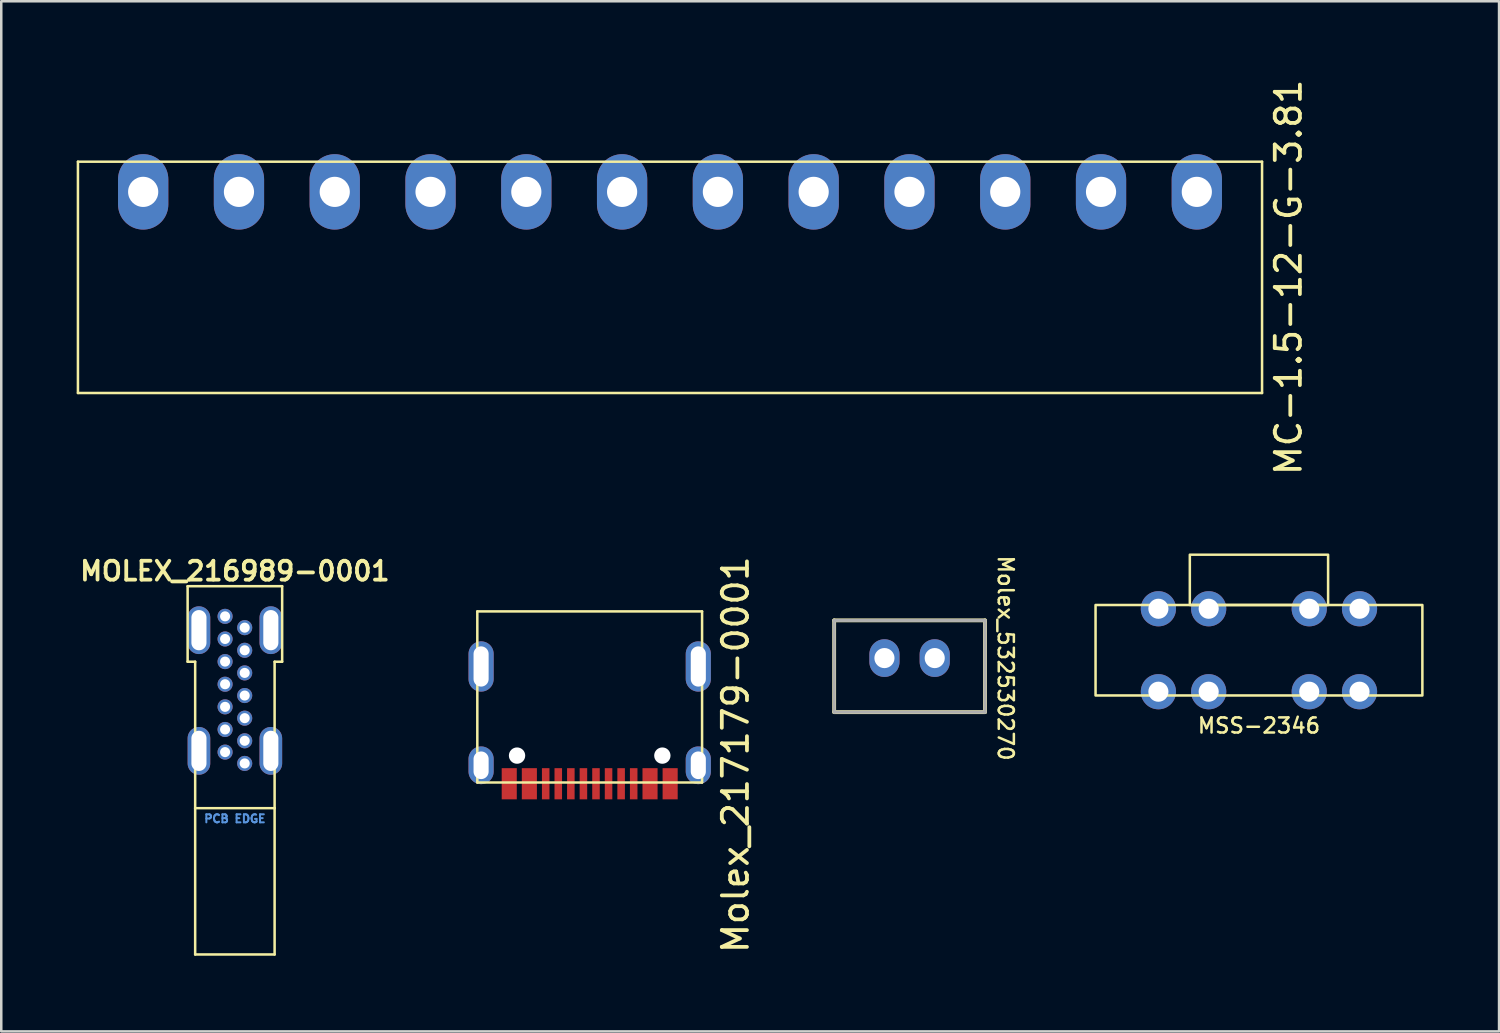
<source format=kicad_pcb>
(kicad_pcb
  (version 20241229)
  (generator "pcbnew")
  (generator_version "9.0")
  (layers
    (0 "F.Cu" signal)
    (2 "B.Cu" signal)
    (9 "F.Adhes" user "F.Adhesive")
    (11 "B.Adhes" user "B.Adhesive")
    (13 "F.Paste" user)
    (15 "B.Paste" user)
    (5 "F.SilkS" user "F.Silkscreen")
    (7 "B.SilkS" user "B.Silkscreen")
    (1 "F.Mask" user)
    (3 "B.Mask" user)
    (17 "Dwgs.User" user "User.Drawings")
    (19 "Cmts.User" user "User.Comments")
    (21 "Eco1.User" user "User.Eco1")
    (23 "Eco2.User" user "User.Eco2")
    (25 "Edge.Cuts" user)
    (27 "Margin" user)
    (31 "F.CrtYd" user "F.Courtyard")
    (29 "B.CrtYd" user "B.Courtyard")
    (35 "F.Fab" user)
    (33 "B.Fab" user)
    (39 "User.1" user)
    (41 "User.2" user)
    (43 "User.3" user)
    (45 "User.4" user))
  (footprint "MOLEX_216989-0001"
    (layer "F.Cu")
    (at 6.293 24.616)
    (property "Reference" "MOLEX_216989-0001" (at 0 -4.95 0) (unlocked yes) (layer "F.SilkS") (effects (font (size 0.75 0.75) (thickness 0.15))))
    (attr through_hole)
    (fp_line (start -1.88 -4.35) (end -1.88 -1.345) (stroke (width 0.1) (type solid)) (layer "F.SilkS"))
    (fp_line (start -1.58 -1.345) (end -1.88 -1.345) (stroke (width 0.1) (type default)) (layer "F.SilkS"))
    (fp_line (start -1.58 4.48) (end -1.58 -1.345) (stroke (width 0.1) (type solid)) (layer "F.SilkS"))
    (fp_line (start -1.58 10.3) (end -1.58 4.48) (stroke (width 0.1) (type solid)) (layer "F.SilkS"))
    (fp_line (start 1.58 4.48) (end -1.58 4.48) (stroke (width 0.1) (type solid)) (layer "F.SilkS"))
    (fp_line (start 1.58 4.48) (end 1.58 -1.345) (stroke (width 0.1) (type solid)) (layer "F.SilkS"))
    (fp_line (start 1.58 10.3) (end -1.58 10.3) (stroke (width 0.1) (type solid)) (layer "F.SilkS"))
    (fp_line (start 1.58 10.3) (end 1.58 4.48) (stroke (width 0.1) (type solid)) (layer "F.SilkS"))
    (fp_line (start 1.88 -4.35) (end -1.88 -4.35) (stroke (width 0.1) (type solid)) (layer "F.SilkS"))
    (fp_line (start 1.88 -1.345) (end 1.58 -1.345) (stroke (width 0.1) (type default)) (layer "F.SilkS"))
    (fp_line (start 1.88 -1.345) (end 1.88 -4.35) (stroke (width 0.1) (type solid)) (layer "F.SilkS"))
    (fp_text user "PCB EDGE" (at 0 4.9 0) (layer "Cmts.User") (effects (font (size 0.32 0.32) (thickness 0.08))))
    (pad "A1" thru_hole circle (at -0.39 2.25) (size 0.6 0.6) (drill 0.4) (layers "*.Cu" "*.Mask"))
    (pad "A4" thru_hole circle (at -0.39 1.35) (size 0.6 0.6) (drill 0.4) (layers "*.Cu" "*.Mask"))
    (pad "A5" thru_hole circle (at -0.39 0.45) (size 0.6 0.6) (drill 0.4) (layers "*.Cu" "*.Mask"))
    (pad "A6" thru_hole circle (at -0.39 -0.45) (size 0.6 0.6) (drill 0.4) (layers "*.Cu" "*.Mask"))
    (pad "A7" thru_hole circle (at -0.39 -1.35) (size 0.6 0.6) (drill 0.4) (layers "*.Cu" "*.Mask"))
    (pad "A9" thru_hole circle (at -0.39 -2.25) (size 0.6 0.6) (drill 0.4) (layers "*.Cu" "*.Mask"))
    (pad "A12" thru_hole circle (at -0.39 -3.15) (size 0.6 0.6) (drill 0.4) (layers "*.Cu" "*.Mask"))
    (pad "B1" thru_hole circle (at 0.39 -2.7) (size 0.6 0.6) (drill 0.4) (layers "*.Cu" "*.Mask"))
    (pad "B4" thru_hole circle (at 0.39 -1.8) (size 0.6 0.6) (drill 0.4) (layers "*.Cu" "*.Mask"))
    (pad "B5" thru_hole circle (at 0.39 -0.9) (size 0.6 0.6) (drill 0.4) (layers "*.Cu" "*.Mask"))
    (pad "B6" thru_hole circle (at 0.39 0) (size 0.6 0.6) (drill 0.4) (layers "*.Cu" "*.Mask"))
    (pad "B7" thru_hole circle (at 0.39 0.9) (size 0.6 0.6) (drill 0.4) (layers "*.Cu" "*.Mask"))
    (pad "B9" thru_hole circle (at 0.39 1.8) (size 0.6 0.6) (drill 0.4) (layers "*.Cu" "*.Mask"))
    (pad "B12" thru_hole circle (at 0.39 2.7) (size 0.6 0.6) (drill 0.4) (layers "*.Cu" "*.Mask"))
    (pad "SH" thru_hole oval (at -1.43 -2.6) (size 0.9 1.9) (drill oval 0.6 1.6) (layers "*.Cu" "*.Mask"))
    (pad "SH" thru_hole oval (at -1.43 2.2) (size 0.9 1.9) (drill oval 0.6 1.6) (layers "*.Cu" "*.Mask"))
    (pad "SH" thru_hole oval (at 1.43 -2.6) (size 0.9 1.9) (drill oval 0.6 1.6) (layers "*.Cu" "*.Mask"))
    (pad "SH" thru_hole oval (at 1.43 2.2) (size 0.9 1.9) (drill oval 0.6 1.6) (layers "*.Cu" "*.Mask")))
  (footprint "Molex_217179-0001"
    (layer "F.Cu")
    (at 20.406 24.67)
    (property "Reference" "Molex_217179-0001" (at 5.8 2.3 90) (unlocked yes) (layer "F.SilkS") (effects (font (size 1 1) (thickness 0.15))))
    (attr smd)
    (fp_line (start -4.47 -3.4) (end -4.47 3.405) (stroke (width 0.1) (type solid)) (layer "F.SilkS"))
    (fp_line (start 4.47 -3.4) (end -4.47 -3.4) (stroke (width 0.1) (type solid)) (layer "F.SilkS"))
    (fp_line (start 4.47 3.405) (end -4.47 3.405) (stroke (width 0.1) (type solid)) (layer "F.SilkS"))
    (fp_line (start 4.47 3.405) (end 4.47 -3.4) (stroke (width 0.1) (type solid)) (layer "F.SilkS"))
    (pad "" np_thru_hole circle (at -2.89 2.335 180) (size 0.65 0.65) (drill 0.65) (layers "*.Cu" "*.Mask"))
    (pad "" np_thru_hole circle (at 2.89 2.335 180) (size 0.65 0.65) (drill 0.65) (layers "*.Cu" "*.Mask"))
    (pad "A1" smd rect (at 3.2 3.455 180) (size 0.6 1.24) (layers "F.Cu" "F.Mask" "F.Paste"))
    (pad "A4" smd rect (at 2.4 3.455 180) (size 0.6 1.24) (layers "F.Cu" "F.Mask" "F.Paste"))
    (pad "A5" smd rect (at 1.25 3.455 180) (size 0.3 1.24) (layers "F.Cu" "F.Mask" "F.Paste"))
    (pad "A6" smd rect (at 0.25 3.455 180) (size 0.3 1.24) (layers "F.Cu" "F.Mask" "F.Paste"))
    (pad "A7" smd rect (at -0.25 3.455 180) (size 0.3 1.24) (layers "F.Cu" "F.Mask" "F.Paste"))
    (pad "A8" smd rect (at -1.25 3.455 180) (size 0.3 1.24) (layers "F.Cu" "F.Mask" "F.Paste"))
    (pad "A9" smd rect (at -2.4 3.455 180) (size 0.6 1.24) (layers "F.Cu" "F.Mask" "F.Paste"))
    (pad "A12" smd rect (at -3.2 3.455 180) (size 0.6 1.24) (layers "F.Cu" "F.Mask" "F.Paste"))
    (pad "B5" smd rect (at -1.75 3.455 180) (size 0.3 1.24) (layers "F.Cu" "F.Mask" "F.Paste"))
    (pad "B6" smd rect (at -0.75 3.455 180) (size 0.3 1.24) (layers "F.Cu" "F.Mask" "F.Paste"))
    (pad "B7" smd rect (at 0.75 3.455 180) (size 0.3 1.24) (layers "F.Cu" "F.Mask" "F.Paste"))
    (pad "B8" smd rect (at 1.75 3.455 180) (size 0.3 1.24) (layers "F.Cu" "F.Mask" "F.Paste"))
    (pad "SH" thru_hole oval (at -4.32 -1.21 180) (size 1 2) (drill oval 0.6 1.6) (layers "*.Cu" "*.Mask"))
    (pad "SH" thru_hole oval (at -4.32 2.72 180) (size 1 1.5) (drill oval 0.6 1.1) (layers "*.Cu" "*.Mask"))
    (pad "SH" thru_hole oval (at 4.32 -1.21 180) (size 1 2) (drill oval 0.6 1.6) (layers "*.Cu" "*.Mask"))
    (pad "SH" thru_hole oval (at 4.32 2.72 180) (size 1 1.5) (drill oval 0.6 1.1) (layers "*.Cu" "*.Mask")))
  (footprint "MC-1.5-12-G-3.81"
    (layer "F.Cu")
    (at 23.6 7.982)
    (property "Reference" "MC-1.5-12-G-3.81" (at 24.6 0 90) (layer "F.SilkS") (effects (font (size 1 1) (thickness 0.15))))
    (attr through_hole)
    (fp_line (start -23.55 -4.6) (end -23.55 4.6) (stroke (width 0.1) (type solid)) (layer "F.SilkS"))
    (fp_line (start 23.55 -4.6) (end -23.55 -4.6) (stroke (width 0.1) (type solid)) (layer "F.SilkS"))
    (fp_line (start 23.55 -4.6) (end 23.55 4.6) (stroke (width 0.1) (type solid)) (layer "F.SilkS"))
    (fp_line (start 23.55 4.6) (end -23.55 4.6) (stroke (width 0.1) (type solid)) (layer "F.SilkS"))
    (pad "1" thru_hole oval (at -20.955 -3.4) (size 2 3) (drill 1.2) (layers "*.Cu" "*.Mask"))
    (pad "2" thru_hole oval (at -17.145 -3.4) (size 2 3) (drill 1.2) (layers "*.Cu" "*.Mask"))
    (pad "3" thru_hole oval (at -13.335 -3.4) (size 2 3) (drill 1.2) (layers "*.Cu" "*.Mask"))
    (pad "4" thru_hole oval (at -9.525 -3.4) (size 2 3) (drill 1.2) (layers "*.Cu" "*.Mask"))
    (pad "5" thru_hole oval (at -5.715 -3.4) (size 2 3) (drill 1.2) (layers "*.Cu" "*.Mask"))
    (pad "6" thru_hole oval (at -1.905 -3.4) (size 2 3) (drill 1.2) (layers "*.Cu" "*.Mask"))
    (pad "7" thru_hole oval (at 1.905 -3.4) (size 2 3) (drill 1.2) (layers "*.Cu" "*.Mask"))
    (pad "8" thru_hole oval (at 5.715 -3.4) (size 2 3) (drill 1.2) (layers "*.Cu" "*.Mask"))
    (pad "9" thru_hole oval (at 9.525 -3.4) (size 2 3) (drill 1.2) (layers "*.Cu" "*.Mask"))
    (pad "10" thru_hole oval (at 13.335 -3.4) (size 2 3) (drill 1.2) (layers "*.Cu" "*.Mask"))
    (pad "11" thru_hole oval (at 17.145 -3.4) (size 2 3) (drill 1.2) (layers "*.Cu" "*.Mask"))
    (pad "12" thru_hole oval (at 20.955 -3.4) (size 2 3) (drill 1.2) (layers "*.Cu" "*.Mask")))
  (footprint "Molex_532530270"
    (layer "F.Cu")
    (at 33.13 23.126)
    (property "Reference" "Molex_532530270" (at 3.82 0 270) (unlocked yes) (layer "F.SilkS") (effects (font (size 0.6 0.6) (thickness 0.1))))
    (attr through_hole)
    (fp_line (start -3 -1.5) (end -3 2.15) (stroke (width 0.152) (type solid)) (layer "F.SilkS"))
    (fp_line (start -3 2.15) (end 3 2.15) (stroke (width 0.152) (type solid)) (layer "F.SilkS"))
    (fp_line (start 3 -1.5) (end -3 -1.5) (stroke (width 0.152) (type solid)) (layer "F.SilkS"))
    (fp_line (start 3 2.15) (end 3 -1.5) (stroke (width 0.152) (type solid)) (layer "F.SilkS"))
    (fp_line (start -3 -1.5) (end -3 2.15) (stroke (width 0.127) (type solid)) (layer "F.Fab"))
    (fp_line (start -3 2.15) (end 3 2.15) (stroke (width 0.127) (type solid)) (layer "F.Fab"))
    (fp_line (start 3 -1.5) (end -3 -1.5) (stroke (width 0.127) (type solid)) (layer "F.Fab"))
    (fp_line (start 3 2.15) (end 3 -1.5) (stroke (width 0.127) (type solid)) (layer "F.Fab"))
    (pad "1" thru_hole oval (at -1 0) (size 1.2 1.5) (drill 0.8) (layers "*.Cu" "*.Mask"))
    (pad "2" thru_hole oval (at 1 0) (size 1.2 1.5) (drill 0.8) (layers "*.Cu" "*.Mask")))
  (footprint "MSS-2346"
    (layer "F.Cu")
    (at 47.027 22.814)
    (property "Reference" "MSS-2346" (at 0 3 0) (unlocked yes) (layer "F.SilkS") (effects (font (size 0.6 0.6) (thickness 0.1))))
    (attr through_hole)
    (fp_rect (start -6.5 -1.8) (end 6.5 1.8) (stroke (width 0.1) (type default)) (fill no) (layer "F.SilkS"))
    (fp_rect (start -2.75 -3.8) (end 2.75 -1.8) (stroke (width 0.1) (type default)) (fill no) (layer "F.SilkS"))
    (pad "1" thru_hole circle (at -4 -1.65) (size 1.4 1.4) (drill 0.8) (layers "*.Cu" "*.Mask"))
    (pad "1" thru_hole circle (at -4 1.65) (size 1.4 1.4) (drill 0.8) (layers "*.Cu" "*.Mask"))
    (pad "2" thru_hole circle (at -2 -1.65) (size 1.4 1.4) (drill 0.8) (layers "*.Cu" "*.Mask"))
    (pad "2" thru_hole circle (at -2 1.65) (size 1.4 1.4) (drill 0.8) (layers "*.Cu" "*.Mask"))
    (pad "3" thru_hole circle (at 2 -1.65) (size 1.4 1.4) (drill 0.8) (layers "*.Cu" "*.Mask"))
    (pad "3" thru_hole circle (at 2 1.65) (size 1.4 1.4) (drill 0.8) (layers "*.Cu" "*.Mask"))
    (pad "4" thru_hole circle (at 4 -1.65) (size 1.4 1.4) (drill 0.8) (layers "*.Cu" "*.Mask"))
    (pad "4" thru_hole circle (at 4 1.65) (size 1.4 1.4) (drill 0.8) (layers "*.Cu" "*.Mask")))
  (gr_rect
    (start -3 -3)
    (end 56.577 37.976)
    (stroke (width 0.1) (type default))
    (fill no)
    (layer "Edge.Cuts")))
</source>
